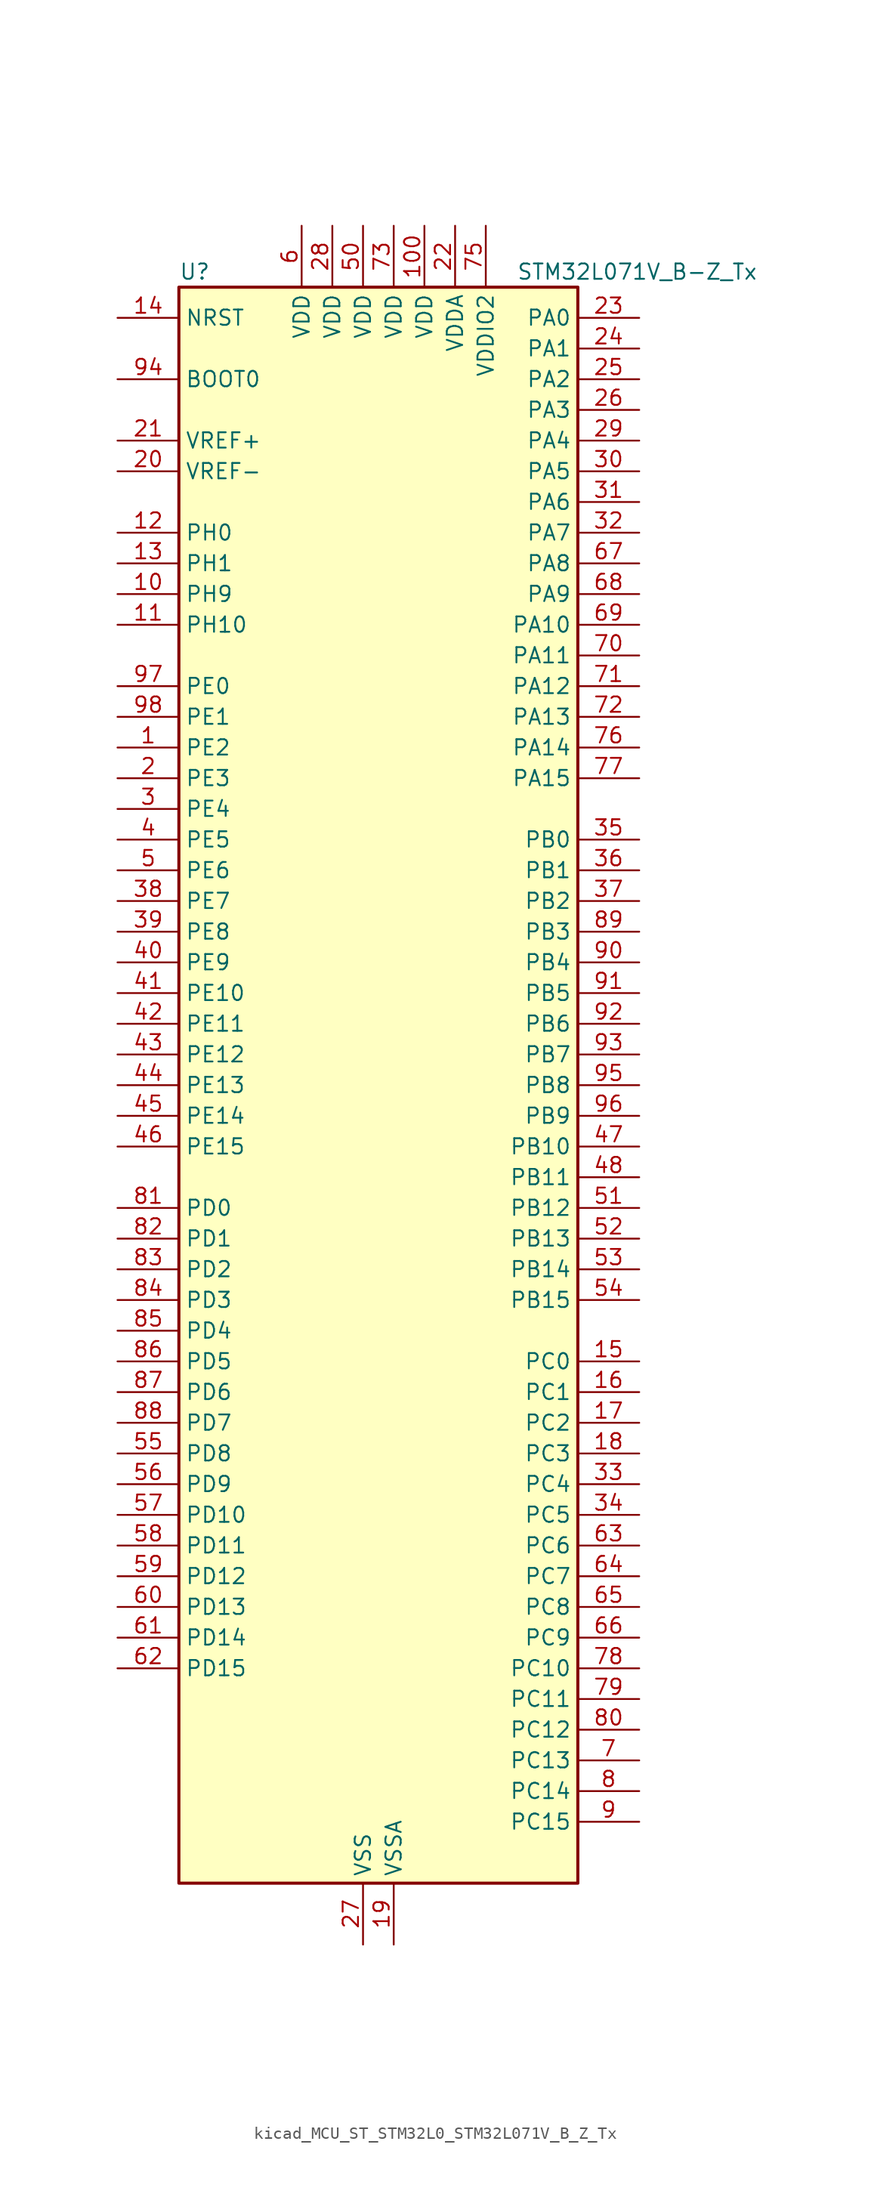
<source format=kicad_sym>
(kicad_symbol_lib
  (version 20220914)
  (generator kicad_symbol_editor)
  (symbol "kicad_MCU_ST_STM32L0_STM32L071V_B_Z_Tx"
    (property "Reference" "U"
      (at -15.24 67.31 0)
      (effects (font (size 1.27 1.27)) (justify left)))
    (property "Value" "STM32L071V_B-Z_Tx"
      (at 12.7 67.31 0)
      (effects (font (size 1.27 1.27)) (justify left)))
    (property "ki_locked" ""
      (at 0 0 0)
      (effects (font (size 1.27 1.27))))
    (symbol "kicad_MCU_ST_STM32L0_STM32L071V_B_Z_Tx_0_1"
      (rectangle (start -15.24 -66.04) (end 17.78 66.04) (stroke (width 0.254) (type default)) (fill (type background))))
    (symbol "kicad_MCU_ST_STM32L0_STM32L071V_B_Z_Tx_1_1"
      (pin bidirectional line (at -20.32 27.94 0) (length 5.08) (name "PE2" (effects (font (size 1.27 1.27)))) (number "1" (effects (font (size 1.27 1.27)))) (alternate "TIM3_ETR" bidirectional line))
      (pin bidirectional line (at -20.32 40.64 0) (length 5.08) (name "PH9" (effects (font (size 1.27 1.27)))) (number "10" (effects (font (size 1.27 1.27)))))
      (pin power_in line (at 5.08 71.12 270) (length 5.08) (name "VDD" (effects (font (size 1.27 1.27)))) (number "100" (effects (font (size 1.27 1.27)))))
      (pin bidirectional line (at -20.32 38.1 0) (length 5.08) (name "PH10" (effects (font (size 1.27 1.27)))) (number "11" (effects (font (size 1.27 1.27)))))
      (pin bidirectional line (at -20.32 45.72 0) (length 5.08) (name "PH0" (effects (font (size 1.27 1.27)))) (number "12" (effects (font (size 1.27 1.27)))) (alternate "RCC_OSC_IN" bidirectional line))
      (pin bidirectional line (at -20.32 43.18 0) (length 5.08) (name "PH1" (effects (font (size 1.27 1.27)))) (number "13" (effects (font (size 1.27 1.27)))) (alternate "RCC_OSC_OUT" bidirectional line))
      (pin input line (at -20.32 63.5 0) (length 5.08) (name "NRST" (effects (font (size 1.27 1.27)))) (number "14" (effects (font (size 1.27 1.27)))))
      (pin bidirectional line (at 22.86 -22.86 180) (length 5.08) (name "PC0" (effects (font (size 1.27 1.27)))) (number "15" (effects (font (size 1.27 1.27)))) (alternate "ADC_IN10" bidirectional line) (alternate "I2C3_SCL" bidirectional line) (alternate "LPTIM1_IN1" bidirectional line) (alternate "LPUART1_RX" bidirectional line))
      (pin bidirectional line (at 22.86 -25.4 180) (length 5.08) (name "PC1" (effects (font (size 1.27 1.27)))) (number "16" (effects (font (size 1.27 1.27)))) (alternate "ADC_IN11" bidirectional line) (alternate "I2C3_SDA" bidirectional line) (alternate "LPTIM1_OUT" bidirectional line) (alternate "LPUART1_TX" bidirectional line))
      (pin bidirectional line (at 22.86 -27.94 180) (length 5.08) (name "PC2" (effects (font (size 1.27 1.27)))) (number "17" (effects (font (size 1.27 1.27)))) (alternate "ADC_IN12" bidirectional line) (alternate "I2S2_MCK" bidirectional line) (alternate "LPTIM1_IN2" bidirectional line) (alternate "SPI2_MISO" bidirectional line))
      (pin bidirectional line (at 22.86 -30.48 180) (length 5.08) (name "PC3" (effects (font (size 1.27 1.27)))) (number "18" (effects (font (size 1.27 1.27)))) (alternate "ADC_IN13" bidirectional line) (alternate "I2S2_SD" bidirectional line) (alternate "LPTIM1_ETR" bidirectional line) (alternate "SPI2_MOSI" bidirectional line))
      (pin power_in line (at 2.54 -71.12 90) (length 5.08) (name "VSSA" (effects (font (size 1.27 1.27)))) (number "19" (effects (font (size 1.27 1.27)))))
      (pin bidirectional line (at -20.32 25.4 0) (length 5.08) (name "PE3" (effects (font (size 1.27 1.27)))) (number "2" (effects (font (size 1.27 1.27)))) (alternate "TIM22_CH1" bidirectional line) (alternate "TIM3_CH1" bidirectional line))
      (pin input line (at -20.32 50.8 0) (length 5.08) (name "VREF-" (effects (font (size 1.27 1.27)))) (number "20" (effects (font (size 1.27 1.27)))))
      (pin input line (at -20.32 53.34 0) (length 5.08) (name "VREF+" (effects (font (size 1.27 1.27)))) (number "21" (effects (font (size 1.27 1.27)))))
      (pin power_in line (at 7.62 71.12 270) (length 5.08) (name "VDDA" (effects (font (size 1.27 1.27)))) (number "22" (effects (font (size 1.27 1.27)))))
      (pin bidirectional line (at 22.86 63.5 180) (length 5.08) (name "PA0" (effects (font (size 1.27 1.27)))) (number "23" (effects (font (size 1.27 1.27)))) (alternate "ADC_IN0" bidirectional line) (alternate "COMP1_INM" bidirectional line) (alternate "COMP1_OUT" bidirectional line) (alternate "RTC_TAMP2" bidirectional line) (alternate "SYS_WKUP1" bidirectional line) (alternate "TIM2_CH1" bidirectional line) (alternate "TIM2_ETR" bidirectional line) (alternate "USART2_CTS" bidirectional line) (alternate "USART4_TX" bidirectional line))
      (pin bidirectional line (at 22.86 60.96 180) (length 5.08) (name "PA1" (effects (font (size 1.27 1.27)))) (number "24" (effects (font (size 1.27 1.27)))) (alternate "ADC_IN1" bidirectional line) (alternate "COMP1_INP" bidirectional line) (alternate "TIM21_ETR" bidirectional line) (alternate "TIM2_CH2" bidirectional line) (alternate "USART2_DE" bidirectional line) (alternate "USART2_RTS" bidirectional line) (alternate "USART4_RX" bidirectional line))
      (pin bidirectional line (at 22.86 58.42 180) (length 5.08) (name "PA2" (effects (font (size 1.27 1.27)))) (number "25" (effects (font (size 1.27 1.27)))) (alternate "ADC_IN2" bidirectional line) (alternate "COMP2_INM" bidirectional line) (alternate "COMP2_OUT" bidirectional line) (alternate "LPUART1_TX" bidirectional line) (alternate "TIM21_CH1" bidirectional line) (alternate "TIM2_CH3" bidirectional line) (alternate "USART2_TX" bidirectional line))
      (pin bidirectional line (at 22.86 55.88 180) (length 5.08) (name "PA3" (effects (font (size 1.27 1.27)))) (number "26" (effects (font (size 1.27 1.27)))) (alternate "ADC_IN3" bidirectional line) (alternate "COMP2_INP" bidirectional line) (alternate "LPUART1_RX" bidirectional line) (alternate "TIM21_CH2" bidirectional line) (alternate "TIM2_CH4" bidirectional line) (alternate "USART2_RX" bidirectional line))
      (pin power_in line (at 0 -71.12 90) (length 5.08) (name "VSS" (effects (font (size 1.27 1.27)))) (number "27" (effects (font (size 1.27 1.27)))))
      (pin power_in line (at -2.54 71.12 270) (length 5.08) (name "VDD" (effects (font (size 1.27 1.27)))) (number "28" (effects (font (size 1.27 1.27)))))
      (pin bidirectional line (at 22.86 53.34 180) (length 5.08) (name "PA4" (effects (font (size 1.27 1.27)))) (number "29" (effects (font (size 1.27 1.27)))) (alternate "ADC_IN4" bidirectional line) (alternate "COMP1_INM" bidirectional line) (alternate "COMP2_INM" bidirectional line) (alternate "SPI1_NSS" bidirectional line) (alternate "TIM22_ETR" bidirectional line) (alternate "USART2_CK" bidirectional line))
      (pin bidirectional line (at -20.32 22.86 0) (length 5.08) (name "PE4" (effects (font (size 1.27 1.27)))) (number "3" (effects (font (size 1.27 1.27)))) (alternate "TIM22_CH2" bidirectional line) (alternate "TIM3_CH2" bidirectional line))
      (pin bidirectional line (at 22.86 50.8 180) (length 5.08) (name "PA5" (effects (font (size 1.27 1.27)))) (number "30" (effects (font (size 1.27 1.27)))) (alternate "ADC_IN5" bidirectional line) (alternate "COMP1_INM" bidirectional line) (alternate "COMP2_INM" bidirectional line) (alternate "SPI1_SCK" bidirectional line) (alternate "TIM2_CH1" bidirectional line) (alternate "TIM2_ETR" bidirectional line))
      (pin bidirectional line (at 22.86 48.26 180) (length 5.08) (name "PA6" (effects (font (size 1.27 1.27)))) (number "31" (effects (font (size 1.27 1.27)))) (alternate "ADC_IN6" bidirectional line) (alternate "COMP1_OUT" bidirectional line) (alternate "LPUART1_CTS" bidirectional line) (alternate "SPI1_MISO" bidirectional line) (alternate "TIM22_CH1" bidirectional line) (alternate "TIM3_CH1" bidirectional line))
      (pin bidirectional line (at 22.86 45.72 180) (length 5.08) (name "PA7" (effects (font (size 1.27 1.27)))) (number "32" (effects (font (size 1.27 1.27)))) (alternate "ADC_IN7" bidirectional line) (alternate "COMP2_OUT" bidirectional line) (alternate "SPI1_MOSI" bidirectional line) (alternate "TIM22_CH2" bidirectional line) (alternate "TIM3_CH2" bidirectional line))
      (pin bidirectional line (at 22.86 -33.02 180) (length 5.08) (name "PC4" (effects (font (size 1.27 1.27)))) (number "33" (effects (font (size 1.27 1.27)))) (alternate "ADC_IN14" bidirectional line) (alternate "LPUART1_TX" bidirectional line))
      (pin bidirectional line (at 22.86 -35.56 180) (length 5.08) (name "PC5" (effects (font (size 1.27 1.27)))) (number "34" (effects (font (size 1.27 1.27)))) (alternate "ADC_IN15" bidirectional line) (alternate "LPUART1_RX" bidirectional line))
      (pin bidirectional line (at 22.86 20.32 180) (length 5.08) (name "PB0" (effects (font (size 1.27 1.27)))) (number "35" (effects (font (size 1.27 1.27)))) (alternate "ADC_IN8" bidirectional line) (alternate "SYS_VREF_OUT_PB0" bidirectional line) (alternate "TIM3_CH3" bidirectional line))
      (pin bidirectional line (at 22.86 17.78 180) (length 5.08) (name "PB1" (effects (font (size 1.27 1.27)))) (number "36" (effects (font (size 1.27 1.27)))) (alternate "ADC_IN9" bidirectional line) (alternate "LPUART1_DE" bidirectional line) (alternate "LPUART1_RTS" bidirectional line) (alternate "SYS_VREF_OUT_PB1" bidirectional line) (alternate "TIM3_CH4" bidirectional line))
      (pin bidirectional line (at 22.86 15.24 180) (length 5.08) (name "PB2" (effects (font (size 1.27 1.27)))) (number "37" (effects (font (size 1.27 1.27)))) (alternate "I2C3_SMBA" bidirectional line) (alternate "LPTIM1_OUT" bidirectional line))
      (pin bidirectional line (at -20.32 15.24 0) (length 5.08) (name "PE7" (effects (font (size 1.27 1.27)))) (number "38" (effects (font (size 1.27 1.27)))) (alternate "USART5_CK" bidirectional line) (alternate "USART5_DE" bidirectional line) (alternate "USART5_RTS" bidirectional line))
      (pin bidirectional line (at -20.32 12.7 0) (length 5.08) (name "PE8" (effects (font (size 1.27 1.27)))) (number "39" (effects (font (size 1.27 1.27)))) (alternate "USART4_TX" bidirectional line))
      (pin bidirectional line (at -20.32 20.32 0) (length 5.08) (name "PE5" (effects (font (size 1.27 1.27)))) (number "4" (effects (font (size 1.27 1.27)))) (alternate "TIM21_CH1" bidirectional line) (alternate "TIM3_CH3" bidirectional line))
      (pin bidirectional line (at -20.32 10.16 0) (length 5.08) (name "PE9" (effects (font (size 1.27 1.27)))) (number "40" (effects (font (size 1.27 1.27)))) (alternate "TIM2_CH1" bidirectional line) (alternate "TIM2_ETR" bidirectional line) (alternate "USART4_RX" bidirectional line))
      (pin bidirectional line (at -20.32 7.62 0) (length 5.08) (name "PE10" (effects (font (size 1.27 1.27)))) (number "41" (effects (font (size 1.27 1.27)))) (alternate "TIM2_CH2" bidirectional line) (alternate "USART5_TX" bidirectional line))
      (pin bidirectional line (at -20.32 5.08 0) (length 5.08) (name "PE11" (effects (font (size 1.27 1.27)))) (number "42" (effects (font (size 1.27 1.27)))) (alternate "ADC_EXTI11" bidirectional line) (alternate "TIM2_CH3" bidirectional line) (alternate "USART5_RX" bidirectional line))
      (pin bidirectional line (at -20.32 2.54 0) (length 5.08) (name "PE12" (effects (font (size 1.27 1.27)))) (number "43" (effects (font (size 1.27 1.27)))) (alternate "SPI1_NSS" bidirectional line) (alternate "TIM2_CH4" bidirectional line))
      (pin bidirectional line (at -20.32 0 0) (length 5.08) (name "PE13" (effects (font (size 1.27 1.27)))) (number "44" (effects (font (size 1.27 1.27)))) (alternate "SPI1_SCK" bidirectional line))
      (pin bidirectional line (at -20.32 -2.54 0) (length 5.08) (name "PE14" (effects (font (size 1.27 1.27)))) (number "45" (effects (font (size 1.27 1.27)))) (alternate "SPI1_MISO" bidirectional line))
      (pin bidirectional line (at -20.32 -5.08 0) (length 5.08) (name "PE15" (effects (font (size 1.27 1.27)))) (number "46" (effects (font (size 1.27 1.27)))) (alternate "SPI1_MOSI" bidirectional line))
      (pin bidirectional line (at 22.86 -5.08 180) (length 5.08) (name "PB10" (effects (font (size 1.27 1.27)))) (number "47" (effects (font (size 1.27 1.27)))) (alternate "I2C2_SCL" bidirectional line) (alternate "LPUART1_RX" bidirectional line) (alternate "LPUART1_TX" bidirectional line) (alternate "SPI2_SCK" bidirectional line) (alternate "TIM2_CH3" bidirectional line))
      (pin bidirectional line (at 22.86 -7.62 180) (length 5.08) (name "PB11" (effects (font (size 1.27 1.27)))) (number "48" (effects (font (size 1.27 1.27)))) (alternate "ADC_EXTI11" bidirectional line) (alternate "I2C2_SDA" bidirectional line) (alternate "LPUART1_RX" bidirectional line) (alternate "LPUART1_TX" bidirectional line) (alternate "TIM2_CH4" bidirectional line))
      (pin passive line (at 0 -71.12 90) (length 5.08) hide (name "VSS" (effects (font (size 1.27 1.27)))) (number "49" (effects (font (size 1.27 1.27)))))
      (pin bidirectional line (at -20.32 17.78 0) (length 5.08) (name "PE6" (effects (font (size 1.27 1.27)))) (number "5" (effects (font (size 1.27 1.27)))) (alternate "RTC_TAMP3" bidirectional line) (alternate "SYS_WKUP3" bidirectional line) (alternate "TIM21_CH2" bidirectional line) (alternate "TIM3_CH4" bidirectional line))
      (pin power_in line (at 0 71.12 270) (length 5.08) (name "VDD" (effects (font (size 1.27 1.27)))) (number "50" (effects (font (size 1.27 1.27)))))
      (pin bidirectional line (at 22.86 -10.16 180) (length 5.08) (name "PB12" (effects (font (size 1.27 1.27)))) (number "51" (effects (font (size 1.27 1.27)))) (alternate "I2S2_WS" bidirectional line) (alternate "LPUART1_DE" bidirectional line) (alternate "LPUART1_RTS" bidirectional line) (alternate "SPI2_NSS" bidirectional line))
      (pin bidirectional line (at 22.86 -12.7 180) (length 5.08) (name "PB13" (effects (font (size 1.27 1.27)))) (number "52" (effects (font (size 1.27 1.27)))) (alternate "I2C2_SCL" bidirectional line) (alternate "I2S2_CK" bidirectional line) (alternate "LPUART1_CTS" bidirectional line) (alternate "RCC_MCO" bidirectional line) (alternate "SPI2_SCK" bidirectional line) (alternate "TIM21_CH1" bidirectional line))
      (pin bidirectional line (at 22.86 -15.24 180) (length 5.08) (name "PB14" (effects (font (size 1.27 1.27)))) (number "53" (effects (font (size 1.27 1.27)))) (alternate "I2C2_SDA" bidirectional line) (alternate "I2S2_MCK" bidirectional line) (alternate "LPUART1_DE" bidirectional line) (alternate "LPUART1_RTS" bidirectional line) (alternate "RTC_OUT_ALARM" bidirectional line) (alternate "RTC_OUT_CALIB" bidirectional line) (alternate "SPI2_MISO" bidirectional line) (alternate "TIM21_CH2" bidirectional line))
      (pin bidirectional line (at 22.86 -17.78 180) (length 5.08) (name "PB15" (effects (font (size 1.27 1.27)))) (number "54" (effects (font (size 1.27 1.27)))) (alternate "I2S2_SD" bidirectional line) (alternate "RTC_REFIN" bidirectional line) (alternate "SPI2_MOSI" bidirectional line))
      (pin bidirectional line (at -20.32 -30.48 0) (length 5.08) (name "PD8" (effects (font (size 1.27 1.27)))) (number "55" (effects (font (size 1.27 1.27)))) (alternate "LPUART1_TX" bidirectional line))
      (pin bidirectional line (at -20.32 -33.02 0) (length 5.08) (name "PD9" (effects (font (size 1.27 1.27)))) (number "56" (effects (font (size 1.27 1.27)))) (alternate "LPUART1_RX" bidirectional line))
      (pin bidirectional line (at -20.32 -35.56 0) (length 5.08) (name "PD10" (effects (font (size 1.27 1.27)))) (number "57" (effects (font (size 1.27 1.27)))))
      (pin bidirectional line (at -20.32 -38.1 0) (length 5.08) (name "PD11" (effects (font (size 1.27 1.27)))) (number "58" (effects (font (size 1.27 1.27)))) (alternate "ADC_EXTI11" bidirectional line) (alternate "LPUART1_CTS" bidirectional line))
      (pin bidirectional line (at -20.32 -40.64 0) (length 5.08) (name "PD12" (effects (font (size 1.27 1.27)))) (number "59" (effects (font (size 1.27 1.27)))) (alternate "LPUART1_DE" bidirectional line) (alternate "LPUART1_RTS" bidirectional line))
      (pin power_in line (at -5.08 71.12 270) (length 5.08) (name "VDD" (effects (font (size 1.27 1.27)))) (number "6" (effects (font (size 1.27 1.27)))))
      (pin bidirectional line (at -20.32 -43.18 0) (length 5.08) (name "PD13" (effects (font (size 1.27 1.27)))) (number "60" (effects (font (size 1.27 1.27)))))
      (pin bidirectional line (at -20.32 -45.72 0) (length 5.08) (name "PD14" (effects (font (size 1.27 1.27)))) (number "61" (effects (font (size 1.27 1.27)))))
      (pin bidirectional line (at -20.32 -48.26 0) (length 5.08) (name "PD15" (effects (font (size 1.27 1.27)))) (number "62" (effects (font (size 1.27 1.27)))))
      (pin bidirectional line (at 22.86 -38.1 180) (length 5.08) (name "PC6" (effects (font (size 1.27 1.27)))) (number "63" (effects (font (size 1.27 1.27)))) (alternate "TIM22_CH1" bidirectional line) (alternate "TIM3_CH1" bidirectional line))
      (pin bidirectional line (at 22.86 -40.64 180) (length 5.08) (name "PC7" (effects (font (size 1.27 1.27)))) (number "64" (effects (font (size 1.27 1.27)))) (alternate "TIM22_CH2" bidirectional line) (alternate "TIM3_CH2" bidirectional line))
      (pin bidirectional line (at 22.86 -43.18 180) (length 5.08) (name "PC8" (effects (font (size 1.27 1.27)))) (number "65" (effects (font (size 1.27 1.27)))) (alternate "TIM22_ETR" bidirectional line) (alternate "TIM3_CH3" bidirectional line))
      (pin bidirectional line (at 22.86 -45.72 180) (length 5.08) (name "PC9" (effects (font (size 1.27 1.27)))) (number "66" (effects (font (size 1.27 1.27)))) (alternate "I2C3_SDA" bidirectional line) (alternate "TIM21_ETR" bidirectional line) (alternate "TIM3_CH4" bidirectional line))
      (pin bidirectional line (at 22.86 43.18 180) (length 5.08) (name "PA8" (effects (font (size 1.27 1.27)))) (number "67" (effects (font (size 1.27 1.27)))) (alternate "I2C3_SCL" bidirectional line) (alternate "RCC_MCO" bidirectional line) (alternate "USART1_CK" bidirectional line))
      (pin bidirectional line (at 22.86 40.64 180) (length 5.08) (name "PA9" (effects (font (size 1.27 1.27)))) (number "68" (effects (font (size 1.27 1.27)))) (alternate "I2C1_SCL" bidirectional line) (alternate "I2C3_SMBA" bidirectional line) (alternate "RCC_MCO" bidirectional line) (alternate "USART1_TX" bidirectional line))
      (pin bidirectional line (at 22.86 38.1 180) (length 5.08) (name "PA10" (effects (font (size 1.27 1.27)))) (number "69" (effects (font (size 1.27 1.27)))) (alternate "I2C1_SDA" bidirectional line) (alternate "USART1_RX" bidirectional line))
      (pin bidirectional line (at 22.86 -55.88 180) (length 5.08) (name "PC13" (effects (font (size 1.27 1.27)))) (number "7" (effects (font (size 1.27 1.27)))) (alternate "RTC_OUT_ALARM" bidirectional line) (alternate "RTC_OUT_CALIB" bidirectional line) (alternate "RTC_TAMP1" bidirectional line) (alternate "RTC_TS" bidirectional line) (alternate "SYS_WKUP2" bidirectional line))
      (pin bidirectional line (at 22.86 35.56 180) (length 5.08) (name "PA11" (effects (font (size 1.27 1.27)))) (number "70" (effects (font (size 1.27 1.27)))) (alternate "ADC_EXTI11" bidirectional line) (alternate "COMP1_OUT" bidirectional line) (alternate "SPI1_MISO" bidirectional line) (alternate "USART1_CTS" bidirectional line))
      (pin bidirectional line (at 22.86 33.02 180) (length 5.08) (name "PA12" (effects (font (size 1.27 1.27)))) (number "71" (effects (font (size 1.27 1.27)))) (alternate "COMP2_OUT" bidirectional line) (alternate "SPI1_MOSI" bidirectional line) (alternate "USART1_DE" bidirectional line) (alternate "USART1_RTS" bidirectional line))
      (pin bidirectional line (at 22.86 30.48 180) (length 5.08) (name "PA13" (effects (font (size 1.27 1.27)))) (number "72" (effects (font (size 1.27 1.27)))) (alternate "LPUART1_RX" bidirectional line) (alternate "SYS_SWDIO" bidirectional line))
      (pin power_in line (at 2.54 71.12 270) (length 5.08) (name "VDD" (effects (font (size 1.27 1.27)))) (number "73" (effects (font (size 1.27 1.27)))))
      (pin passive line (at 0 -71.12 90) (length 5.08) hide (name "VSS" (effects (font (size 1.27 1.27)))) (number "74" (effects (font (size 1.27 1.27)))))
      (pin power_in line (at 10.16 71.12 270) (length 5.08) (name "VDDIO2" (effects (font (size 1.27 1.27)))) (number "75" (effects (font (size 1.27 1.27)))))
      (pin bidirectional line (at 22.86 27.94 180) (length 5.08) (name "PA14" (effects (font (size 1.27 1.27)))) (number "76" (effects (font (size 1.27 1.27)))) (alternate "LPUART1_TX" bidirectional line) (alternate "SYS_SWCLK" bidirectional line) (alternate "USART2_TX" bidirectional line))
      (pin bidirectional line (at 22.86 25.4 180) (length 5.08) (name "PA15" (effects (font (size 1.27 1.27)))) (number "77" (effects (font (size 1.27 1.27)))) (alternate "SPI1_NSS" bidirectional line) (alternate "TIM2_CH1" bidirectional line) (alternate "TIM2_ETR" bidirectional line) (alternate "USART2_RX" bidirectional line) (alternate "USART4_DE" bidirectional line) (alternate "USART4_RTS" bidirectional line))
      (pin bidirectional line (at 22.86 -48.26 180) (length 5.08) (name "PC10" (effects (font (size 1.27 1.27)))) (number "78" (effects (font (size 1.27 1.27)))) (alternate "LPUART1_TX" bidirectional line) (alternate "USART4_TX" bidirectional line))
      (pin bidirectional line (at 22.86 -50.8 180) (length 5.08) (name "PC11" (effects (font (size 1.27 1.27)))) (number "79" (effects (font (size 1.27 1.27)))) (alternate "ADC_EXTI11" bidirectional line) (alternate "LPUART1_RX" bidirectional line) (alternate "USART4_RX" bidirectional line))
      (pin bidirectional line (at 22.86 -58.42 180) (length 5.08) (name "PC14" (effects (font (size 1.27 1.27)))) (number "8" (effects (font (size 1.27 1.27)))) (alternate "RCC_OSC32_IN" bidirectional line))
      (pin bidirectional line (at 22.86 -53.34 180) (length 5.08) (name "PC12" (effects (font (size 1.27 1.27)))) (number "80" (effects (font (size 1.27 1.27)))) (alternate "USART4_CK" bidirectional line) (alternate "USART5_TX" bidirectional line))
      (pin bidirectional line (at -20.32 -10.16 0) (length 5.08) (name "PD0" (effects (font (size 1.27 1.27)))) (number "81" (effects (font (size 1.27 1.27)))) (alternate "I2S2_WS" bidirectional line) (alternate "SPI2_NSS" bidirectional line) (alternate "TIM21_CH1" bidirectional line))
      (pin bidirectional line (at -20.32 -12.7 0) (length 5.08) (name "PD1" (effects (font (size 1.27 1.27)))) (number "82" (effects (font (size 1.27 1.27)))) (alternate "I2S2_CK" bidirectional line) (alternate "SPI2_SCK" bidirectional line))
      (pin bidirectional line (at -20.32 -15.24 0) (length 5.08) (name "PD2" (effects (font (size 1.27 1.27)))) (number "83" (effects (font (size 1.27 1.27)))) (alternate "LPUART1_DE" bidirectional line) (alternate "LPUART1_RTS" bidirectional line) (alternate "TIM3_ETR" bidirectional line) (alternate "USART5_RX" bidirectional line))
      (pin bidirectional line (at -20.32 -17.78 0) (length 5.08) (name "PD3" (effects (font (size 1.27 1.27)))) (number "84" (effects (font (size 1.27 1.27)))) (alternate "I2S2_MCK" bidirectional line) (alternate "SPI2_MISO" bidirectional line) (alternate "USART2_CTS" bidirectional line))
      (pin bidirectional line (at -20.32 -20.32 0) (length 5.08) (name "PD4" (effects (font (size 1.27 1.27)))) (number "85" (effects (font (size 1.27 1.27)))) (alternate "I2S2_SD" bidirectional line) (alternate "SPI2_MOSI" bidirectional line) (alternate "USART2_DE" bidirectional line) (alternate "USART2_RTS" bidirectional line))
      (pin bidirectional line (at -20.32 -22.86 0) (length 5.08) (name "PD5" (effects (font (size 1.27 1.27)))) (number "86" (effects (font (size 1.27 1.27)))) (alternate "USART2_TX" bidirectional line))
      (pin bidirectional line (at -20.32 -25.4 0) (length 5.08) (name "PD6" (effects (font (size 1.27 1.27)))) (number "87" (effects (font (size 1.27 1.27)))) (alternate "USART2_RX" bidirectional line))
      (pin bidirectional line (at -20.32 -27.94 0) (length 5.08) (name "PD7" (effects (font (size 1.27 1.27)))) (number "88" (effects (font (size 1.27 1.27)))) (alternate "TIM21_CH2" bidirectional line) (alternate "USART2_CK" bidirectional line))
      (pin bidirectional line (at 22.86 12.7 180) (length 5.08) (name "PB3" (effects (font (size 1.27 1.27)))) (number "89" (effects (font (size 1.27 1.27)))) (alternate "COMP2_INM" bidirectional line) (alternate "SPI1_SCK" bidirectional line) (alternate "TIM2_CH2" bidirectional line) (alternate "USART1_DE" bidirectional line) (alternate "USART1_RTS" bidirectional line) (alternate "USART5_TX" bidirectional line))
      (pin bidirectional line (at 22.86 -60.96 180) (length 5.08) (name "PC15" (effects (font (size 1.27 1.27)))) (number "9" (effects (font (size 1.27 1.27)))) (alternate "RCC_OSC32_OUT" bidirectional line))
      (pin bidirectional line (at 22.86 10.16 180) (length 5.08) (name "PB4" (effects (font (size 1.27 1.27)))) (number "90" (effects (font (size 1.27 1.27)))) (alternate "COMP2_INP" bidirectional line) (alternate "I2C3_SDA" bidirectional line) (alternate "SPI1_MISO" bidirectional line) (alternate "TIM22_CH1" bidirectional line) (alternate "TIM3_CH1" bidirectional line) (alternate "USART1_CTS" bidirectional line) (alternate "USART5_RX" bidirectional line))
      (pin bidirectional line (at 22.86 7.62 180) (length 5.08) (name "PB5" (effects (font (size 1.27 1.27)))) (number "91" (effects (font (size 1.27 1.27)))) (alternate "COMP2_INP" bidirectional line) (alternate "I2C1_SMBA" bidirectional line) (alternate "LPTIM1_IN1" bidirectional line) (alternate "SPI1_MOSI" bidirectional line) (alternate "TIM22_CH2" bidirectional line) (alternate "TIM3_CH2" bidirectional line) (alternate "USART1_CK" bidirectional line) (alternate "USART5_CK" bidirectional line) (alternate "USART5_DE" bidirectional line) (alternate "USART5_RTS" bidirectional line))
      (pin bidirectional line (at 22.86 5.08 180) (length 5.08) (name "PB6" (effects (font (size 1.27 1.27)))) (number "92" (effects (font (size 1.27 1.27)))) (alternate "COMP2_INP" bidirectional line) (alternate "I2C1_SCL" bidirectional line) (alternate "LPTIM1_ETR" bidirectional line) (alternate "USART1_TX" bidirectional line))
      (pin bidirectional line (at 22.86 2.54 180) (length 5.08) (name "PB7" (effects (font (size 1.27 1.27)))) (number "93" (effects (font (size 1.27 1.27)))) (alternate "COMP2_INP" bidirectional line) (alternate "I2C1_SDA" bidirectional line) (alternate "LPTIM1_IN2" bidirectional line) (alternate "SYS_PVD_IN" bidirectional line) (alternate "USART1_RX" bidirectional line) (alternate "USART4_CTS" bidirectional line))
      (pin input line (at -20.32 58.42 0) (length 5.08) (name "BOOT0" (effects (font (size 1.27 1.27)))) (number "94" (effects (font (size 1.27 1.27)))))
      (pin bidirectional line (at 22.86 0 180) (length 5.08) (name "PB8" (effects (font (size 1.27 1.27)))) (number "95" (effects (font (size 1.27 1.27)))) (alternate "I2C1_SCL" bidirectional line))
      (pin bidirectional line (at 22.86 -2.54 180) (length 5.08) (name "PB9" (effects (font (size 1.27 1.27)))) (number "96" (effects (font (size 1.27 1.27)))) (alternate "I2C1_SDA" bidirectional line) (alternate "I2S2_WS" bidirectional line) (alternate "SPI2_NSS" bidirectional line))
      (pin bidirectional line (at -20.32 33.02 0) (length 5.08) (name "PE0" (effects (font (size 1.27 1.27)))) (number "97" (effects (font (size 1.27 1.27)))))
      (pin bidirectional line (at -20.32 30.48 0) (length 5.08) (name "PE1" (effects (font (size 1.27 1.27)))) (number "98" (effects (font (size 1.27 1.27)))))
      (pin passive line (at 0 -71.12 90) (length 5.08) hide (name "VSS" (effects (font (size 1.27 1.27)))) (number "99" (effects (font (size 1.27 1.27))))))))
</source>
